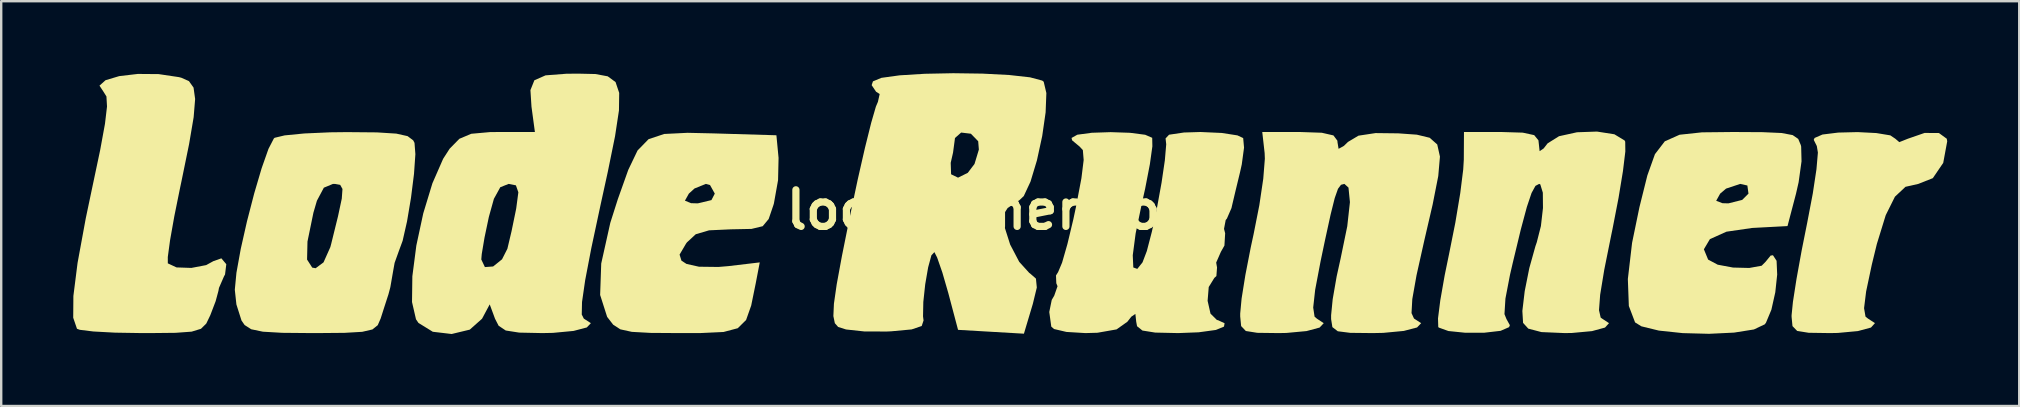
<source format=kicad_pcb>
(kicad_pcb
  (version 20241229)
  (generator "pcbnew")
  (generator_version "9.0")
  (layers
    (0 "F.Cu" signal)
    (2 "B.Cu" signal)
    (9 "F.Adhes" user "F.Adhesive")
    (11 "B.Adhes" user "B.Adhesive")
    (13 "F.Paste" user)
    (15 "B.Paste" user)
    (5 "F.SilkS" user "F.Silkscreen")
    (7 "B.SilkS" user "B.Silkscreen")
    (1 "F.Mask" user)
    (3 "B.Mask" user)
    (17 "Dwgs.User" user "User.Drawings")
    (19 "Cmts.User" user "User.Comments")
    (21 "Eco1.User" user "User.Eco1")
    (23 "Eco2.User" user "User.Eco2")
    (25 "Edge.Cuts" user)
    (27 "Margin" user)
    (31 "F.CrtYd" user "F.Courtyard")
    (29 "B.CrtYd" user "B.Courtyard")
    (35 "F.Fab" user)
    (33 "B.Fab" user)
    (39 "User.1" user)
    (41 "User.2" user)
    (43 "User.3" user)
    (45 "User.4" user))
  (footprint "loderunner_logo"
    (layer "F.Cu")
    (at 38.887 5.692)
    (property "Reference" "loderunner_logo" (at 0 0 0) (layer "F.SilkS") (effects (font (size 1.524 1.524) (thickness 0.3))))
    (attr board_only exclude_from_pos_files exclude_from_bom)
    (fp_poly (pts (xy 36.229 -3.199) (xy 36.811 -3.103) (xy 37.019 -2.963) (xy 37.185 -2.821) (xy 37.542 -2.963) (xy 38.238 -3.204) (xy 38.836 -3.2) (xy 39.162 -2.963) (xy 39.181 -2.855) (xy 39.015 -1.957) (xy 38.581 -1.32) (xy 37.978 -1.081) (xy 37.443 -0.96) (xy 37.004 -0.549) (xy 36.62 0.221) (xy 36.25 1.421) (xy 36.041 2.277) (xy 35.803 3.401) (xy 35.717 4.096) (xy 35.777 4.447) (xy 35.879 4.529) (xy 36.171 4.719) (xy 36.005 4.903) (xy 35.461 5.05) (xy 34.622 5.128) (xy 34.301 5.134) (xy 33.409 5.121) (xy 32.93 5.044) (xy 32.735 4.843) (xy 32.698 4.459) (xy 32.698 4.391) (xy 32.754 3.834) (xy 32.901 2.888) (xy 33.118 1.691) (xy 33.348 0.54) (xy 33.581 -0.68) (xy 33.734 -1.691) (xy 33.794 -2.386) (xy 33.749 -2.658) (xy 33.621 -2.916) (xy 33.656 -2.995) (xy 33.985 -3.138) (xy 34.641 -3.219) (xy 35.447 -3.239)) (stroke (width 0) (type solid)) (fill yes) (layer "F.SilkS"))
    (fp_poly (pts (xy -35.329 -5.655) (xy -34.482 -5.529) (xy -34.385 -5.504) (xy -34.066 -5.363) (xy -33.874 -5.093) (xy -33.808 -4.617) (xy -33.87 -3.858) (xy -34.06 -2.738) (xy -34.379 -1.181) (xy -34.429 -0.946) (xy -34.674 0.26) (xy -34.853 1.269) (xy -34.947 1.966) (xy -34.946 2.229) (xy -34.584 2.398) (xy -33.965 2.419) (xy -33.349 2.302) (xy -33.05 2.138) (xy -32.715 2.02) (xy -32.51 2.264) (xy -32.562 2.692) (xy -32.605 2.77) (xy -32.815 3.252) (xy -32.838 3.378) (xy -32.953 3.805) (xy -33.177 4.391) (xy -33.344 4.737) (xy -33.565 4.955) (xy -33.954 5.074) (xy -34.626 5.123) (xy -35.695 5.134) (xy -36.022 5.134) (xy -37.142 5.116) (xy -38.049 5.067) (xy -38.614 4.997) (xy -38.73 4.954) (xy -38.887 4.496) (xy -38.88 3.588) (xy -38.706 2.212) (xy -38.364 0.352) (xy -38.092 -0.94) (xy -37.765 -2.486) (xy -37.564 -3.584) (xy -37.479 -4.305) (xy -37.503 -4.724) (xy -37.619 -4.91) (xy -37.793 -5.174) (xy -37.54 -5.401) (xy -36.97 -5.571) (xy -36.196 -5.662)) (stroke (width 0) (type solid)) (fill yes) (layer "F.SilkS"))
    (fp_poly (pts (xy -12.215 -3.185) (xy -9.593 -3.107) (xy -9.503 -2.162) (xy -9.524 -1.237) (xy -9.697 -0.268) (xy -9.716 -0.203) (xy -9.915 0.381) (xy -10.165 0.682) (xy -10.631 0.794) (xy -11.474 0.811) (xy -11.48 0.811) (xy -12.397 0.853) (xy -12.953 1.016) (xy -13.321 1.356) (xy -13.359 1.409) (xy -13.627 1.865) (xy -13.548 2.117) (xy -13.338 2.253) (xy -12.819 2.369) (xy -12.01 2.379) (xy -11.593 2.344) (xy -10.287 2.189) (xy -10.453 3.054) (xy -10.643 3.986) (xy -10.856 4.588) (xy -11.203 4.931) (xy -11.796 5.088) (xy -12.743 5.132) (xy -13.633 5.134) (xy -14.834 5.126) (xy -15.614 5.083) (xy -16.094 4.978) (xy -16.393 4.784) (xy -16.632 4.475) (xy -16.646 4.454) (xy -16.936 3.546) (xy -16.891 2.236) (xy -16.513 0.541) (xy -16.219 -0.382) (xy -13.404 -0.382) (xy -13.149 -0.278) (xy -12.868 -0.27) (xy -12.3 -0.406) (xy -12.16 -0.676) (xy -12.359 -1.034) (xy -12.532 -1.081) (xy -13.005 -0.89) (xy -13.24 -0.676) (xy -13.404 -0.382) (xy -16.219 -0.382) (xy -16.203 -0.434) (xy -15.764 -1.666) (xy -15.377 -2.474) (xy -14.919 -2.944) (xy -14.267 -3.161) (xy -13.296 -3.209)) (stroke (width 0) (type solid)) (fill yes) (layer "F.SilkS"))
    (fp_poly (pts (xy 31.493 -3.236) (xy 32.284 -3.201) (xy 32.743 -3.114) (xy 32.974 -2.955) (xy 33.081 -2.701) (xy 33.097 -2.635) (xy 33.112 -2.022) (xy 32.991 -1.151) (xy 32.883 -0.676) (xy 32.528 0.676) (xy 31.058 0.754) (xy 29.985 0.91) (xy 29.295 1.22) (xy 29.044 1.643) (xy 29.221 2.072) (xy 29.621 2.285) (xy 30.259 2.404) (xy 30.935 2.421) (xy 31.451 2.328) (xy 31.615 2.162) (xy 31.825 1.905) (xy 31.922 1.891) (xy 32.073 2.122) (xy 32.098 2.696) (xy 32.019 3.435) (xy 31.856 4.162) (xy 31.631 4.701) (xy 31.581 4.769) (xy 31.128 4.983) (xy 30.301 5.114) (xy 29.259 5.164) (xy 28.162 5.135) (xy 27.169 5.03) (xy 26.441 4.852) (xy 26.178 4.689) (xy 25.918 4.005) (xy 25.877 2.882) (xy 26.053 1.375) (xy 26.359 -0.109) (xy 26.426 -0.378) (xy 29.557 -0.378) (xy 29.818 -0.277) (xy 30.067 -0.27) (xy 30.64 -0.414) (xy 30.902 -0.676) (xy 30.856 -1.014) (xy 30.559 -1.081) (xy 29.969 -0.885) (xy 29.723 -0.676) (xy 29.557 -0.378) (xy 26.426 -0.378) (xy 26.689 -1.433) (xy 27.005 -2.319) (xy 27.416 -2.855) (xy 28.032 -3.129) (xy 28.963 -3.229) (xy 30.265 -3.243)) (stroke (width 0) (type solid)) (fill yes) (layer "F.SilkS"))
    (fp_poly (pts (xy -26.238 -3.227) (xy -25.429 -3.176) (xy -24.958 -3.071) (xy -24.724 -2.896) (xy -24.669 -2.79) (xy -24.633 -2.319) (xy -24.69 -1.499) (xy -24.815 -0.505) (xy -24.981 0.483) (xy -25.164 1.289) (xy -25.319 1.709) (xy -25.498 2.208) (xy -25.56 2.553) (xy -25.676 3.222) (xy -25.753 3.513) (xy -25.942 4.097) (xy -26.079 4.526) (xy -26.201 4.805) (xy -26.421 4.982) (xy -26.847 5.081) (xy -27.586 5.124) (xy -28.744 5.134) (xy -28.935 5.134) (xy -30.176 5.123) (xy -30.985 5.076) (xy -31.473 4.974) (xy -31.747 4.798) (xy -31.876 4.611) (xy -32.089 3.94) (xy -32.155 3.328) (xy -32.087 2.618) (xy -31.988 2.071) (xy -29.145 2.071) (xy -28.93 2.406) (xy -28.788 2.432) (xy -28.459 2.187) (xy -28.175 1.551) (xy -28.14 1.419) (xy -27.855 0.263) (xy -27.699 -0.467) (xy -27.67 -0.869) (xy -27.765 -1.041) (xy -27.98 -1.08) (xy -28.065 -1.081) (xy -28.446 -0.923) (xy -28.735 -0.38) (xy -28.881 0.12) (xy -29.128 1.321) (xy -29.145 2.071) (xy -31.988 2.071) (xy -31.907 1.625) (xy -31.649 0.482) (xy -31.348 -0.681) (xy -31.038 -1.732) (xy -30.753 -2.54) (xy -30.529 -2.973) (xy -30.496 -3.002) (xy -30.079 -3.102) (xy -29.261 -3.182) (xy -28.178 -3.23) (xy -27.486 -3.238)) (stroke (width 0) (type solid)) (fill yes) (layer "F.SilkS"))
    (fp_poly (pts (xy -17.134 -5.658) (xy -16.621 -5.563) (xy -16.294 -5.323) (xy -16.142 -4.872) (xy -16.152 -4.142) (xy -16.315 -3.067) (xy -16.618 -1.579) (xy -16.914 -0.227) (xy -17.303 1.592) (xy -17.56 2.933) (xy -17.691 3.841) (xy -17.702 4.36) (xy -17.616 4.531) (xy -17.322 4.72) (xy -17.491 4.899) (xy -18.044 5.044) (xy -18.903 5.125) (xy -19.345 5.134) (xy -20.308 5.114) (xy -20.869 5.026) (xy -21.165 4.828) (xy -21.315 4.536) (xy -21.536 3.938) (xy -21.856 4.536) (xy -22.367 4.99) (xy -23.122 5.172) (xy -23.907 5.079) (xy -24.504 4.711) (xy -24.607 4.561) (xy -24.773 3.84) (xy -24.759 2.767) (xy -24.668 2.067) (xy -21.887 2.067) (xy -21.737 2.384) (xy -21.395 2.359) (xy -21.023 2.06) (xy -20.8 1.621) (xy -20.626 0.887) (xy -20.445 0.007) (xy -20.431 -0.068) (xy -20.343 -0.732) (xy -20.445 -1.021) (xy -20.748 -1.081) (xy -21.095 -0.943) (xy -21.362 -0.459) (xy -21.571 0.291) (xy -21.753 1.156) (xy -21.868 1.841) (xy -21.887 2.067) (xy -24.668 2.067) (xy -24.593 1.487) (xy -24.305 0.148) (xy -23.924 -1.105) (xy -23.477 -2.126) (xy -23.205 -2.548) (xy -22.801 -2.96) (xy -22.305 -3.169) (xy -21.527 -3.239) (xy -21.157 -3.243) (xy -19.654 -3.243) (xy -19.797 -4.305) (xy -19.84 -4.988) (xy -19.676 -5.398) (xy -19.21 -5.603) (xy -18.342 -5.67) (xy -17.845 -5.674)) (stroke (width 0) (type solid)) (fill yes) (layer "F.SilkS"))
    (fp_poly (pts (xy 25.316 -3.148) (xy 25.741 -2.891) (xy 25.767 -2.84) (xy 25.772 -2.434) (xy 25.673 -1.616) (xy 25.489 -0.497) (xy 25.236 0.806) (xy 25.197 0.992) (xy 24.894 2.495) (xy 24.723 3.537) (xy 24.675 4.181) (xy 24.745 4.488) (xy 24.803 4.53) (xy 25.092 4.72) (xy 24.925 4.904) (xy 24.382 5.052) (xy 23.548 5.129) (xy 23.251 5.134) (xy 22.277 5.092) (xy 21.729 4.948) (xy 21.512 4.709) (xy 21.482 4.212) (xy 21.58 3.388) (xy 21.772 2.426) (xy 22.026 1.516) (xy 22.083 1.351) (xy 22.255 0.675) (xy 22.341 -0.076) (xy 22.335 -0.716) (xy 22.229 -1.062) (xy 22.182 -1.081) (xy 22.028 -0.999) (xy 21.865 -0.702) (xy 21.669 -0.119) (xy 21.416 0.824) (xy 21.084 2.202) (xy 20.968 2.702) (xy 20.777 3.697) (xy 20.737 4.344) (xy 20.82 4.549) (xy 20.962 4.806) (xy 20.927 4.887) (xy 20.576 5.04) (xy 19.899 5.118) (xy 19.105 5.12) (xy 18.401 5.048) (xy 17.998 4.903) (xy 17.979 4.879) (xy 17.968 4.524) (xy 18.064 3.765) (xy 18.247 2.723) (xy 18.429 1.839) (xy 18.689 0.539) (xy 18.895 -0.695) (xy 19.019 -1.686) (xy 19.043 -2.094) (xy 19.05 -3.243) (xy 20.604 -3.243) (xy 21.499 -3.216) (xy 21.975 -3.113) (xy 22.152 -2.896) (xy 22.166 -2.77) (xy 22.201 -2.445) (xy 22.369 -2.558) (xy 22.534 -2.77) (xy 23.009 -3.067) (xy 23.759 -3.232) (xy 24.592 -3.261)) (stroke (width 0) (type solid)) (fill yes) (layer "F.SilkS"))
    (fp_poly (pts (xy 13.127 -3.212) (xy 13.612 -3.101) (xy 13.777 -2.88) (xy 13.781 -2.818) (xy 13.826 -2.542) (xy 14.047 -2.664) (xy 14.218 -2.83) (xy 14.654 -3.09) (xy 15.367 -3.198) (xy 16.312 -3.187) (xy 17.086 -3.132) (xy 17.621 -3.003) (xy 17.936 -2.724) (xy 18.049 -2.218) (xy 17.979 -1.41) (xy 17.745 -0.223) (xy 17.398 1.272) (xy 17.073 2.727) (xy 16.897 3.719) (xy 16.865 4.302) (xy 16.969 4.53) (xy 16.975 4.532) (xy 17.266 4.72) (xy 17.095 4.9) (xy 16.542 5.044) (xy 15.685 5.125) (xy 15.251 5.134) (xy 14.313 5.124) (xy 13.793 5.058) (xy 13.568 4.885) (xy 13.515 4.552) (xy 13.515 4.391) (xy 13.581 3.723) (xy 13.746 2.774) (xy 13.911 2.027) (xy 14.188 0.684) (xy 14.299 -0.321) (xy 14.239 -0.926) (xy 14.069 -1.081) (xy 13.927 -1.044) (xy 13.802 -0.877) (xy 13.666 -0.492) (xy 13.494 0.197) (xy 13.258 1.277) (xy 13.076 2.145) (xy 12.851 3.329) (xy 12.769 4.071) (xy 12.826 4.449) (xy 12.922 4.532) (xy 13.208 4.721) (xy 13.036 4.904) (xy 12.491 5.05) (xy 11.653 5.128) (xy 11.333 5.134) (xy 10.441 5.123) (xy 9.962 5.047) (xy 9.767 4.842) (xy 9.728 4.441) (xy 9.728 4.321) (xy 9.786 3.697) (xy 9.943 2.717) (xy 10.17 1.551) (xy 10.287 1.01) (xy 10.525 -0.194) (xy 10.689 -1.298) (xy 10.755 -2.129) (xy 10.746 -2.364) (xy 10.647 -3.243) (xy 12.214 -3.243)) (stroke (width 0) (type solid)) (fill yes) (layer "F.SilkS"))
    (fp_poly (pts (xy -1.01 -5.675) (xy 0.099 -5.618) (xy 0.972 -5.521) (xy 1.48 -5.385) (xy 1.542 -5.337) (xy 1.653 -4.866) (xy 1.622 -4.061) (xy 1.48 -3.075) (xy 1.26 -2.062) (xy 0.993 -1.177) (xy 0.711 -0.573) (xy 0.527 -0.401) (xy 0.041 -0.077) (xy -0.099 0.139) (xy -0.095 0.693) (xy 0.145 1.446) (xy 0.523 2.167) (xy 0.942 2.629) (xy 0.967 2.644) (xy 1.219 2.865) (xy 1.255 3.235) (xy 1.088 3.922) (xy 1.058 4.022) (xy 0.718 5.159) (xy -2.026 4.999) (xy -2.432 3.467) (xy -2.679 2.613) (xy -2.898 1.984) (xy -3.012 1.761) (xy -3.136 1.894) (xy -3.272 2.396) (xy -3.394 3.101) (xy -3.473 3.837) (xy -3.485 4.438) (xy -3.463 4.607) (xy -3.54 4.839) (xy -3.959 4.981) (xy -4.81 5.06) (xy -4.999 5.069) (xy -5.938 5.065) (xy -6.692 4.983) (xy -7.022 4.878) (xy -7.159 4.722) (xy -7.22 4.425) (xy -7.197 3.911) (xy -7.081 3.103) (xy -6.864 1.925) (xy -6.537 0.3) (xy -6.519 0.215) (xy -6.203 -1.275) (xy -6.047 -1.959) (xy -2.332 -1.959) (xy -2.316 -1.482) (xy -2.026 -1.341) (xy -1.621 -1.542) (xy -1.34 -1.913) (xy -1.159 -2.51) (xy -1.187 -2.858) (xy -1.491 -3.171) (xy -1.897 -3.22) (xy -2.154 -2.993) (xy -2.165 -2.905) (xy -2.235 -2.383) (xy -2.332 -1.959) (xy -6.047 -1.959) (xy -5.903 -2.588) (xy -5.644 -3.628) (xy -5.449 -4.3) (xy -5.364 -4.5) (xy -5.291 -4.826) (xy -5.441 -4.921) (xy -5.625 -5.195) (xy -5.571 -5.353) (xy -5.22 -5.499) (xy -4.459 -5.604) (xy -3.418 -5.668) (xy -2.225 -5.692)) (stroke (width 0) (type solid)) (fill yes) (layer "F.SilkS"))
    (fp_poly (pts (xy 8.962 -3.203) (xy 9.613 -3.102) (xy 9.852 -2.99) (xy 9.888 -2.592) (xy 9.793 -1.89) (xy 9.722 -1.571) (xy 9.531 -0.782) (xy 9.392 -0.195) (xy 9.365 -0.075) (xy 9.174 0.364) (xy 9.124 0.424) (xy 9.054 0.791) (xy 9.101 0.976) (xy 9.071 1.488) (xy 8.924 1.748) (xy 8.727 2.197) (xy 8.763 2.401) (xy 8.736 2.759) (xy 8.651 2.835) (xy 8.417 3.215) (xy 8.37 3.789) (xy 8.491 4.324) (xy 8.761 4.591) (xy 8.798 4.594) (xy 9.078 4.725) (xy 9.052 4.864) (xy 8.715 5.003) (xy 7.998 5.101) (xy 7.145 5.134) (xy 6.188 5.113) (xy 5.655 5.028) (xy 5.431 4.848) (xy 5.396 4.661) (xy 5.361 4.336) (xy 5.193 4.45) (xy 5.028 4.661) (xy 4.578 4.98) (xy 3.782 5.12) (xy 3.28 5.134) (xy 2.49 5.086) (xy 1.971 4.964) (xy 1.858 4.864) (xy 1.787 4.348) (xy 1.774 4.256) (xy 1.877 3.752) (xy 1.981 3.574) (xy 2.118 3.182) (xy 2.067 3.058) (xy 2.054 2.734) (xy 2.144 2.588) (xy 2.307 2.202) (xy 2.53 1.424) (xy 2.777 0.392) (xy 2.885 -0.116) (xy 3.113 -1.315) (xy 3.207 -2.077) (xy 3.173 -2.49) (xy 3.04 -2.634) (xy 2.726 -2.896) (xy 2.702 -2.995) (xy 2.942 -3.13) (xy 3.544 -3.211) (xy 4.333 -3.237) (xy 5.133 -3.21) (xy 5.77 -3.128) (xy 6.062 -3.001) (xy 6.069 -2.647) (xy 5.965 -1.9) (xy 5.769 -0.887) (xy 5.636 -0.291) (xy 5.372 0.982) (xy 5.252 1.893) (xy 5.275 2.4) (xy 5.441 2.46) (xy 5.659 2.187) (xy 5.838 1.717) (xy 6.049 0.907) (xy 6.263 -0.093) (xy 6.452 -1.133) (xy 6.589 -2.063) (xy 6.646 -2.733) (xy 6.619 -2.975) (xy 6.764 -3.13) (xy 7.383 -3.222) (xy 8.074 -3.243)) (stroke (width 0) (type solid)) (fill yes) (layer "F.SilkS")))
  (gr_rect
    (start -3 -3)
    (end 81.068 13.863)
    (stroke (width 0.1) (type default))
    (fill no)
    (layer "Edge.Cuts")))
</source>
